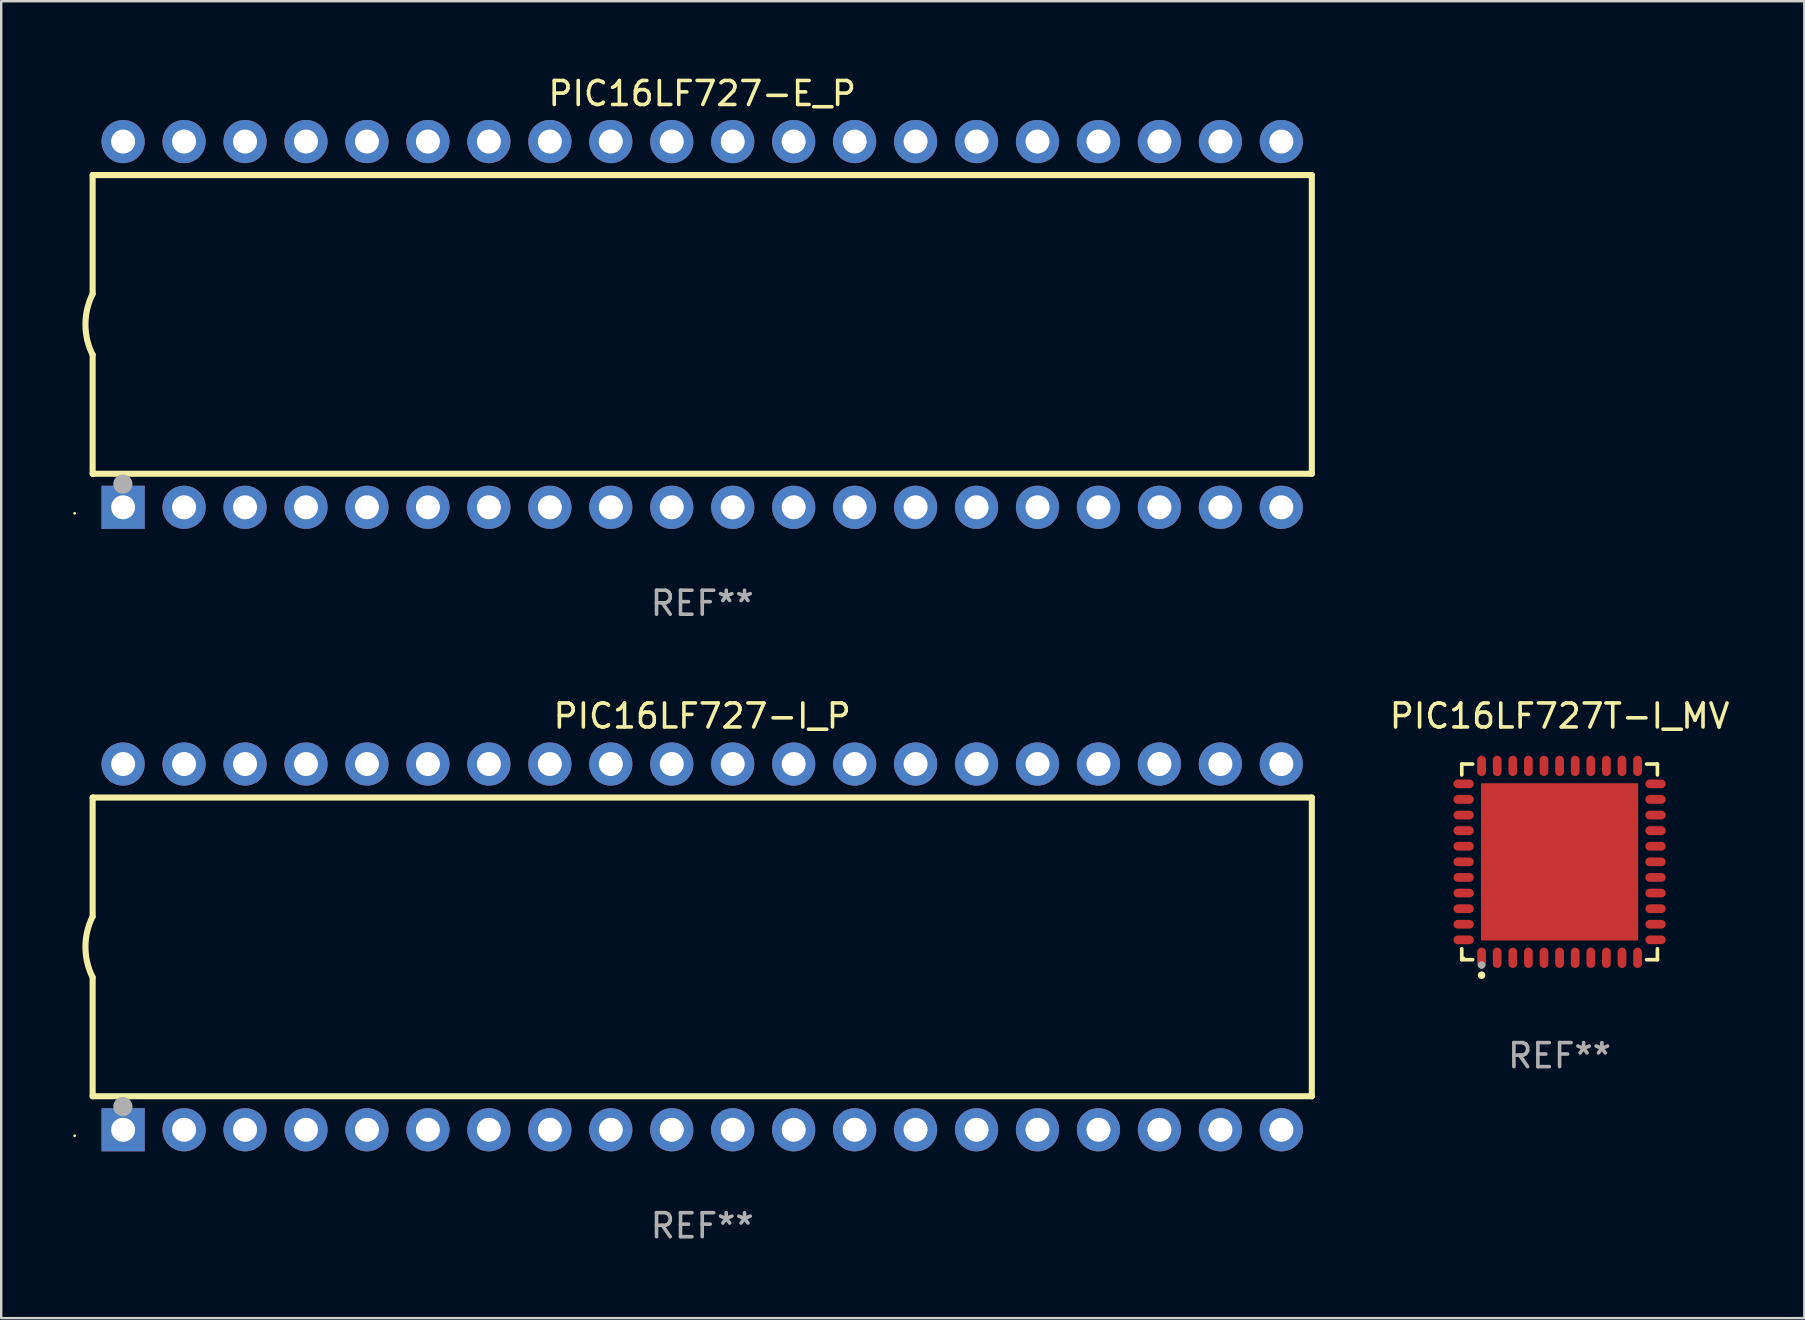
<source format=kicad_pcb>
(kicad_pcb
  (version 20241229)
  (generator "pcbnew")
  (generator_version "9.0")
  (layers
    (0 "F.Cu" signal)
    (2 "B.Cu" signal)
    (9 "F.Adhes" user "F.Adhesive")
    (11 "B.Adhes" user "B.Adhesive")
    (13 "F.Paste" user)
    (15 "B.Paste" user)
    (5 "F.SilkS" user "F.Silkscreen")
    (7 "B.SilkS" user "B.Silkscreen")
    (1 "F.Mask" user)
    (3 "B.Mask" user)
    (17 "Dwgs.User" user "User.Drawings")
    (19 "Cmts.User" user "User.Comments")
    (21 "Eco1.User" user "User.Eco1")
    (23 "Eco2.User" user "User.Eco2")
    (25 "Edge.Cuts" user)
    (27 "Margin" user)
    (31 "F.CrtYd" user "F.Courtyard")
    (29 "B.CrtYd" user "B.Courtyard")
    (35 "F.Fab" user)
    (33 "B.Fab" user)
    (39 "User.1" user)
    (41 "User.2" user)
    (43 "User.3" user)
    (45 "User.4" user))
  (footprint "PIC16LF727-I_P"
    (layer "F.Cu")
    (at 26.21 36.405)
    (property "Reference" "PIC16LF727-I_P" (at 0 -9.62 0) (layer "F.SilkS") (effects (font (size 1 1) (thickness 0.15))))
    (attr through_hole)
    (fp_line (start -25.4 -6.224) (end -25.4 -1.271) (stroke (width 0.254) (type solid)) (layer "F.SilkS"))
    (fp_line (start -25.4 -6.224) (end 25.4 -6.224) (stroke (width 0.254) (type solid)) (layer "F.SilkS"))
    (fp_line (start -25.4 1.269) (end -25.4 6.222) (stroke (width 0.254) (type solid)) (layer "F.SilkS"))
    (fp_line (start -25.4 6.222) (end 25.4 6.222) (stroke (width 0.254) (type solid)) (layer "F.SilkS"))
    (fp_line (start 25.4 6.222) (end 25.4 -6.224) (stroke (width 0.254) (type solid)) (layer "F.SilkS"))
    (fp_arc (start -25.4 1.269241) (mid -25.699807 -0.000762) (end -25.4 -1.270765) (stroke (width 0.254001) (type solid)) (layer "F.SilkS"))
    (fp_circle (center -26.15 7.87) (end -26.12 7.87) (stroke (width 0.06) (type solid)) (fill no) (layer "F.SilkS"))
    (fp_circle (center -24.14 6.65) (end -23.94 6.65) (stroke (width 0.4) (type solid)) (fill no) (layer "F.Fab"))
    (fp_text user "REF**" (at 0 11.62 0) (layer "F.Fab") (effects (font (size 1 1) (thickness 0.15))))
    (pad "1" thru_hole rect (at -24.13 7.62 90) (size 1.8 1.8) (drill 1) (layers "*.Cu" "*.Mask"))
    (pad "2" thru_hole circle (at -21.59 7.62) (size 1.8 1.8) (drill 1) (layers "*.Cu" "*.Mask"))
    (pad "3" thru_hole circle (at -19.05 7.62) (size 1.8 1.8) (drill 1) (layers "*.Cu" "*.Mask"))
    (pad "4" thru_hole circle (at -16.51 7.62) (size 1.8 1.8) (drill 1) (layers "*.Cu" "*.Mask"))
    (pad "5" thru_hole circle (at -13.97 7.62) (size 1.8 1.8) (drill 1) (layers "*.Cu" "*.Mask"))
    (pad "6" thru_hole circle (at -11.43 7.62) (size 1.8 1.8) (drill 1) (layers "*.Cu" "*.Mask"))
    (pad "7" thru_hole circle (at -8.89 7.62) (size 1.8 1.8) (drill 1) (layers "*.Cu" "*.Mask"))
    (pad "8" thru_hole circle (at -6.35 7.62) (size 1.8 1.8) (drill 1) (layers "*.Cu" "*.Mask"))
    (pad "9" thru_hole circle (at -3.81 7.62) (size 1.8 1.8) (drill 1) (layers "*.Cu" "*.Mask"))
    (pad "10" thru_hole circle (at -1.27 7.62) (size 1.8 1.8) (drill 1) (layers "*.Cu" "*.Mask"))
    (pad "11" thru_hole circle (at 1.27 7.62) (size 1.8 1.8) (drill 1) (layers "*.Cu" "*.Mask"))
    (pad "12" thru_hole circle (at 3.81 7.62) (size 1.8 1.8) (drill 1) (layers "*.Cu" "*.Mask"))
    (pad "13" thru_hole circle (at 6.35 7.62) (size 1.8 1.8) (drill 1) (layers "*.Cu" "*.Mask"))
    (pad "14" thru_hole circle (at 8.89 7.62) (size 1.8 1.8) (drill 1) (layers "*.Cu" "*.Mask"))
    (pad "15" thru_hole circle (at 11.43 7.62) (size 1.8 1.8) (drill 1) (layers "*.Cu" "*.Mask"))
    (pad "16" thru_hole circle (at 13.97 7.62) (size 1.8 1.8) (drill 1) (layers "*.Cu" "*.Mask"))
    (pad "17" thru_hole circle (at 16.51 7.62) (size 1.8 1.8) (drill 1) (layers "*.Cu" "*.Mask"))
    (pad "18" thru_hole circle (at 19.05 7.62) (size 1.8 1.8) (drill 1) (layers "*.Cu" "*.Mask"))
    (pad "19" thru_hole circle (at 21.59 7.62) (size 1.8 1.8) (drill 1) (layers "*.Cu" "*.Mask"))
    (pad "20" thru_hole circle (at 24.13 7.62) (size 1.8 1.8) (drill 1) (layers "*.Cu" "*.Mask"))
    (pad "21" thru_hole circle (at 24.13 -7.62) (size 1.8 1.8) (drill 1) (layers "*.Cu" "*.Mask"))
    (pad "22" thru_hole circle (at 21.59 -7.62) (size 1.8 1.8) (drill 1) (layers "*.Cu" "*.Mask"))
    (pad "23" thru_hole circle (at 19.05 -7.62) (size 1.8 1.8) (drill 1) (layers "*.Cu" "*.Mask"))
    (pad "24" thru_hole circle (at 16.51 -7.62) (size 1.8 1.8) (drill 1) (layers "*.Cu" "*.Mask"))
    (pad "25" thru_hole circle (at 13.97 -7.62) (size 1.8 1.8) (drill 1) (layers "*.Cu" "*.Mask"))
    (pad "26" thru_hole circle (at 11.43 -7.62) (size 1.8 1.8) (drill 1) (layers "*.Cu" "*.Mask"))
    (pad "27" thru_hole circle (at 8.89 -7.62) (size 1.8 1.8) (drill 1) (layers "*.Cu" "*.Mask"))
    (pad "28" thru_hole circle (at 6.35 -7.62) (size 1.8 1.8) (drill 1) (layers "*.Cu" "*.Mask"))
    (pad "29" thru_hole circle (at 3.81 -7.62) (size 1.8 1.8) (drill 1) (layers "*.Cu" "*.Mask"))
    (pad "30" thru_hole circle (at 1.27 -7.62) (size 1.8 1.8) (drill 1) (layers "*.Cu" "*.Mask"))
    (pad "31" thru_hole circle (at -1.27 -7.62) (size 1.8 1.8) (drill 1) (layers "*.Cu" "*.Mask"))
    (pad "32" thru_hole circle (at -3.81 -7.62) (size 1.8 1.8) (drill 1) (layers "*.Cu" "*.Mask"))
    (pad "33" thru_hole circle (at -6.35 -7.62) (size 1.8 1.8) (drill 1) (layers "*.Cu" "*.Mask"))
    (pad "34" thru_hole circle (at -8.89 -7.62) (size 1.8 1.8) (drill 1) (layers "*.Cu" "*.Mask"))
    (pad "35" thru_hole circle (at -11.43 -7.62) (size 1.8 1.8) (drill 1) (layers "*.Cu" "*.Mask"))
    (pad "36" thru_hole circle (at -13.97 -7.62) (size 1.8 1.8) (drill 1) (layers "*.Cu" "*.Mask"))
    (pad "37" thru_hole circle (at -16.51 -7.62) (size 1.8 1.8) (drill 1) (layers "*.Cu" "*.Mask"))
    (pad "38" thru_hole circle (at -19.05 -7.62) (size 1.8 1.8) (drill 1) (layers "*.Cu" "*.Mask"))
    (pad "39" thru_hole circle (at -21.59 -7.62) (size 1.8 1.8) (drill 1) (layers "*.Cu" "*.Mask"))
    (pad "40" thru_hole circle (at -24.13 -7.62) (size 1.8 1.8) (drill 1) (layers "*.Cu" "*.Mask")))
  (footprint "PIC16LF727-E_P"
    (layer "F.Cu")
    (at 26.21 10.468)
    (property "Reference" "PIC16LF727-E_P" (at 0 -9.62 0) (layer "F.SilkS") (effects (font (size 1 1) (thickness 0.15))))
    (attr through_hole)
    (fp_line (start -25.4 -6.224) (end -25.4 -1.271) (stroke (width 0.254) (type solid)) (layer "F.SilkS"))
    (fp_line (start -25.4 -6.224) (end 25.4 -6.224) (stroke (width 0.254) (type solid)) (layer "F.SilkS"))
    (fp_line (start -25.4 1.269) (end -25.4 6.222) (stroke (width 0.254) (type solid)) (layer "F.SilkS"))
    (fp_line (start -25.4 6.222) (end 25.4 6.222) (stroke (width 0.254) (type solid)) (layer "F.SilkS"))
    (fp_line (start 25.4 6.222) (end 25.4 -6.224) (stroke (width 0.254) (type solid)) (layer "F.SilkS"))
    (fp_arc (start -25.4 1.269241) (mid -25.699807 -0.000762) (end -25.4 -1.270765) (stroke (width 0.254001) (type solid)) (layer "F.SilkS"))
    (fp_circle (center -26.15 7.87) (end -26.12 7.87) (stroke (width 0.06) (type solid)) (fill no) (layer "F.SilkS"))
    (fp_circle (center -24.14 6.65) (end -23.94 6.65) (stroke (width 0.4) (type solid)) (fill no) (layer "F.Fab"))
    (fp_text user "REF**" (at 0 11.62 0) (layer "F.Fab") (effects (font (size 1 1) (thickness 0.15))))
    (pad "1" thru_hole rect (at -24.13 7.62 90) (size 1.8 1.8) (drill 1) (layers "*.Cu" "*.Mask"))
    (pad "2" thru_hole circle (at -21.59 7.62) (size 1.8 1.8) (drill 1) (layers "*.Cu" "*.Mask"))
    (pad "3" thru_hole circle (at -19.05 7.62) (size 1.8 1.8) (drill 1) (layers "*.Cu" "*.Mask"))
    (pad "4" thru_hole circle (at -16.51 7.62) (size 1.8 1.8) (drill 1) (layers "*.Cu" "*.Mask"))
    (pad "5" thru_hole circle (at -13.97 7.62) (size 1.8 1.8) (drill 1) (layers "*.Cu" "*.Mask"))
    (pad "6" thru_hole circle (at -11.43 7.62) (size 1.8 1.8) (drill 1) (layers "*.Cu" "*.Mask"))
    (pad "7" thru_hole circle (at -8.89 7.62) (size 1.8 1.8) (drill 1) (layers "*.Cu" "*.Mask"))
    (pad "8" thru_hole circle (at -6.35 7.62) (size 1.8 1.8) (drill 1) (layers "*.Cu" "*.Mask"))
    (pad "9" thru_hole circle (at -3.81 7.62) (size 1.8 1.8) (drill 1) (layers "*.Cu" "*.Mask"))
    (pad "10" thru_hole circle (at -1.27 7.62) (size 1.8 1.8) (drill 1) (layers "*.Cu" "*.Mask"))
    (pad "11" thru_hole circle (at 1.27 7.62) (size 1.8 1.8) (drill 1) (layers "*.Cu" "*.Mask"))
    (pad "12" thru_hole circle (at 3.81 7.62) (size 1.8 1.8) (drill 1) (layers "*.Cu" "*.Mask"))
    (pad "13" thru_hole circle (at 6.35 7.62) (size 1.8 1.8) (drill 1) (layers "*.Cu" "*.Mask"))
    (pad "14" thru_hole circle (at 8.89 7.62) (size 1.8 1.8) (drill 1) (layers "*.Cu" "*.Mask"))
    (pad "15" thru_hole circle (at 11.43 7.62) (size 1.8 1.8) (drill 1) (layers "*.Cu" "*.Mask"))
    (pad "16" thru_hole circle (at 13.97 7.62) (size 1.8 1.8) (drill 1) (layers "*.Cu" "*.Mask"))
    (pad "17" thru_hole circle (at 16.51 7.62) (size 1.8 1.8) (drill 1) (layers "*.Cu" "*.Mask"))
    (pad "18" thru_hole circle (at 19.05 7.62) (size 1.8 1.8) (drill 1) (layers "*.Cu" "*.Mask"))
    (pad "19" thru_hole circle (at 21.59 7.62) (size 1.8 1.8) (drill 1) (layers "*.Cu" "*.Mask"))
    (pad "20" thru_hole circle (at 24.13 7.62) (size 1.8 1.8) (drill 1) (layers "*.Cu" "*.Mask"))
    (pad "21" thru_hole circle (at 24.13 -7.62) (size 1.8 1.8) (drill 1) (layers "*.Cu" "*.Mask"))
    (pad "22" thru_hole circle (at 21.59 -7.62) (size 1.8 1.8) (drill 1) (layers "*.Cu" "*.Mask"))
    (pad "23" thru_hole circle (at 19.05 -7.62) (size 1.8 1.8) (drill 1) (layers "*.Cu" "*.Mask"))
    (pad "24" thru_hole circle (at 16.51 -7.62) (size 1.8 1.8) (drill 1) (layers "*.Cu" "*.Mask"))
    (pad "25" thru_hole circle (at 13.97 -7.62) (size 1.8 1.8) (drill 1) (layers "*.Cu" "*.Mask"))
    (pad "26" thru_hole circle (at 11.43 -7.62) (size 1.8 1.8) (drill 1) (layers "*.Cu" "*.Mask"))
    (pad "27" thru_hole circle (at 8.89 -7.62) (size 1.8 1.8) (drill 1) (layers "*.Cu" "*.Mask"))
    (pad "28" thru_hole circle (at 6.35 -7.62) (size 1.8 1.8) (drill 1) (layers "*.Cu" "*.Mask"))
    (pad "29" thru_hole circle (at 3.81 -7.62) (size 1.8 1.8) (drill 1) (layers "*.Cu" "*.Mask"))
    (pad "30" thru_hole circle (at 1.27 -7.62) (size 1.8 1.8) (drill 1) (layers "*.Cu" "*.Mask"))
    (pad "31" thru_hole circle (at -1.27 -7.62) (size 1.8 1.8) (drill 1) (layers "*.Cu" "*.Mask"))
    (pad "32" thru_hole circle (at -3.81 -7.62) (size 1.8 1.8) (drill 1) (layers "*.Cu" "*.Mask"))
    (pad "33" thru_hole circle (at -6.35 -7.62) (size 1.8 1.8) (drill 1) (layers "*.Cu" "*.Mask"))
    (pad "34" thru_hole circle (at -8.89 -7.62) (size 1.8 1.8) (drill 1) (layers "*.Cu" "*.Mask"))
    (pad "35" thru_hole circle (at -11.43 -7.62) (size 1.8 1.8) (drill 1) (layers "*.Cu" "*.Mask"))
    (pad "36" thru_hole circle (at -13.97 -7.62) (size 1.8 1.8) (drill 1) (layers "*.Cu" "*.Mask"))
    (pad "37" thru_hole circle (at -16.51 -7.62) (size 1.8 1.8) (drill 1) (layers "*.Cu" "*.Mask"))
    (pad "38" thru_hole circle (at -19.05 -7.62) (size 1.8 1.8) (drill 1) (layers "*.Cu" "*.Mask"))
    (pad "39" thru_hole circle (at -21.59 -7.62) (size 1.8 1.8) (drill 1) (layers "*.Cu" "*.Mask"))
    (pad "40" thru_hole circle (at -24.13 -7.62) (size 1.8 1.8) (drill 1) (layers "*.Cu" "*.Mask")))
  (footprint "PIC16LF727T-I_MV"
    (layer "F.Cu")
    (at 61.934 32.861)
    (property "Reference" "PIC16LF727T-I_MV" (at 0 -6.076 0) (layer "F.SilkS") (effects (font (size 1 1) (thickness 0.15))))
    (attr through_hole)
    (fp_line (start -4.076 -4.076) (end -3.623 -4.076) (stroke (width 0.152) (type solid)) (layer "F.SilkS"))
    (fp_line (start -4.076 -3.623) (end -4.076 -4.076) (stroke (width 0.152) (type solid)) (layer "F.SilkS"))
    (fp_line (start -4.076 3.623) (end -4.076 4.076) (stroke (width 0.152) (type solid)) (layer "F.SilkS"))
    (fp_line (start -4.076 4.076) (end -3.623 4.076) (stroke (width 0.152) (type solid)) (layer "F.SilkS"))
    (fp_line (start 4.076 -4.076) (end 3.623 -4.076) (stroke (width 0.152) (type solid)) (layer "F.SilkS"))
    (fp_line (start 4.076 -3.623) (end 4.076 -4.076) (stroke (width 0.152) (type solid)) (layer "F.SilkS"))
    (fp_line (start 4.076 3.623) (end 4.076 4.076) (stroke (width 0.152) (type solid)) (layer "F.SilkS"))
    (fp_line (start 4.076 4.076) (end 3.623 4.076) (stroke (width 0.152) (type solid)) (layer "F.SilkS"))
    (fp_circle (center -4 4) (end -3.97 4) (stroke (width 0.06) (type solid)) (fill no) (layer "F.SilkS"))
    (fp_circle (center -3.25 4.722) (end -3.171 4.722) (stroke (width 0.158) (type solid)) (fill no) (layer "F.SilkS"))
    (fp_circle (center -3.25 4.3) (end -3.171 4.3) (stroke (width 0.158) (type solid)) (fill no) (layer "F.Fab"))
    (fp_text user "REF**" (at 0 8.076 0) (layer "F.Fab") (effects (font (size 1 1) (thickness 0.15))))
    (pad "1" smd oval (at -3.25 3.998) (size 0.364 0.847) (layers "F.Cu" "F.Mask" "F.Paste"))
    (pad "2" smd oval (at -2.6 3.998) (size 0.364 0.847) (layers "F.Cu" "F.Mask" "F.Paste"))
    (pad "3" smd oval (at -1.95 3.998) (size 0.364 0.847) (layers "F.Cu" "F.Mask" "F.Paste"))
    (pad "4" smd oval (at -1.3 3.998) (size 0.364 0.847) (layers "F.Cu" "F.Mask" "F.Paste"))
    (pad "5" smd oval (at -0.65 3.998) (size 0.364 0.847) (layers "F.Cu" "F.Mask" "F.Paste"))
    (pad "6" smd oval (at 0 3.998) (size 0.364 0.847) (layers "F.Cu" "F.Mask" "F.Paste"))
    (pad "7" smd oval (at 0.65 3.998) (size 0.364 0.847) (layers "F.Cu" "F.Mask" "F.Paste"))
    (pad "8" smd oval (at 1.3 3.998) (size 0.364 0.847) (layers "F.Cu" "F.Mask" "F.Paste"))
    (pad "9" smd oval (at 1.95 3.998) (size 0.364 0.847) (layers "F.Cu" "F.Mask" "F.Paste"))
    (pad "10" smd oval (at 2.6 3.998) (size 0.364 0.847) (layers "F.Cu" "F.Mask" "F.Paste"))
    (pad "11" smd oval (at 3.25 3.998) (size 0.364 0.847) (layers "F.Cu" "F.Mask" "F.Paste"))
    (pad "12" smd oval (at 3.998 3.25) (size 0.847 0.364) (layers "F.Cu" "F.Mask" "F.Paste"))
    (pad "13" smd oval (at 3.998 2.6) (size 0.847 0.364) (layers "F.Cu" "F.Mask" "F.Paste"))
    (pad "14" smd oval (at 3.998 1.95) (size 0.847 0.364) (layers "F.Cu" "F.Mask" "F.Paste"))
    (pad "15" smd oval (at 3.998 1.3) (size 0.847 0.364) (layers "F.Cu" "F.Mask" "F.Paste"))
    (pad "16" smd oval (at 3.998 0.65) (size 0.847 0.364) (layers "F.Cu" "F.Mask" "F.Paste"))
    (pad "17" smd oval (at 3.998 0) (size 0.847 0.364) (layers "F.Cu" "F.Mask" "F.Paste"))
    (pad "18" smd oval (at 3.998 -0.65) (size 0.847 0.364) (layers "F.Cu" "F.Mask" "F.Paste"))
    (pad "19" smd oval (at 3.998 -1.3) (size 0.847 0.364) (layers "F.Cu" "F.Mask" "F.Paste"))
    (pad "20" smd oval (at 3.998 -1.95) (size 0.847 0.364) (layers "F.Cu" "F.Mask" "F.Paste"))
    (pad "21" smd oval (at 3.998 -2.6) (size 0.847 0.364) (layers "F.Cu" "F.Mask" "F.Paste"))
    (pad "22" smd oval (at 3.998 -3.25) (size 0.847 0.364) (layers "F.Cu" "F.Mask" "F.Paste"))
    (pad "23" smd oval (at 3.25 -3.998) (size 0.364 0.847) (layers "F.Cu" "F.Mask" "F.Paste"))
    (pad "24" smd oval (at 2.6 -3.998) (size 0.364 0.847) (layers "F.Cu" "F.Mask" "F.Paste"))
    (pad "25" smd oval (at 1.95 -3.998) (size 0.364 0.847) (layers "F.Cu" "F.Mask" "F.Paste"))
    (pad "26" smd oval (at 1.3 -3.998) (size 0.364 0.847) (layers "F.Cu" "F.Mask" "F.Paste"))
    (pad "27" smd oval (at 0.65 -3.998) (size 0.364 0.847) (layers "F.Cu" "F.Mask" "F.Paste"))
    (pad "28" smd oval (at 0 -3.998) (size 0.364 0.847) (layers "F.Cu" "F.Mask" "F.Paste"))
    (pad "29" smd oval (at -0.65 -3.998) (size 0.364 0.847) (layers "F.Cu" "F.Mask" "F.Paste"))
    (pad "30" smd oval (at -1.3 -3.998) (size 0.364 0.847) (layers "F.Cu" "F.Mask" "F.Paste"))
    (pad "31" smd oval (at -1.95 -3.998) (size 0.364 0.847) (layers "F.Cu" "F.Mask" "F.Paste"))
    (pad "32" smd oval (at -2.6 -3.998) (size 0.364 0.847) (layers "F.Cu" "F.Mask" "F.Paste"))
    (pad "33" smd oval (at -3.25 -3.998) (size 0.364 0.847) (layers "F.Cu" "F.Mask" "F.Paste"))
    (pad "34" smd oval (at -3.998 -3.25) (size 0.847 0.364) (layers "F.Cu" "F.Mask" "F.Paste"))
    (pad "35" smd oval (at -3.998 -2.6) (size 0.847 0.364) (layers "F.Cu" "F.Mask" "F.Paste"))
    (pad "36" smd oval (at -3.998 -1.95) (size 0.847 0.364) (layers "F.Cu" "F.Mask" "F.Paste"))
    (pad "37" smd oval (at -3.998 -1.3) (size 0.847 0.364) (layers "F.Cu" "F.Mask" "F.Paste"))
    (pad "38" smd oval (at -3.998 -0.65) (size 0.847 0.364) (layers "F.Cu" "F.Mask" "F.Paste"))
    (pad "39" smd oval (at -3.998 0) (size 0.847 0.364) (layers "F.Cu" "F.Mask" "F.Paste"))
    (pad "40" smd oval (at -3.998 0.65) (size 0.847 0.364) (layers "F.Cu" "F.Mask" "F.Paste"))
    (pad "41" smd oval (at -3.998 1.3) (size 0.847 0.364) (layers "F.Cu" "F.Mask" "F.Paste"))
    (pad "42" smd oval (at -3.998 1.95) (size 0.847 0.364) (layers "F.Cu" "F.Mask" "F.Paste"))
    (pad "43" smd oval (at -3.998 2.6) (size 0.847 0.364) (layers "F.Cu" "F.Mask" "F.Paste"))
    (pad "44" smd oval (at -3.998 3.25) (size 0.847 0.364) (layers "F.Cu" "F.Mask" "F.Paste"))
    (pad "45" smd rect (at 0 0) (size 6.55 6.55) (layers "F.Cu" "F.Mask" "F.Paste")))
  (gr_rect
    (start -3 -3)
    (end 72.13 51.873)
    (stroke (width 0.1) (type default))
    (fill no)
    (layer "Edge.Cuts")))
</source>
